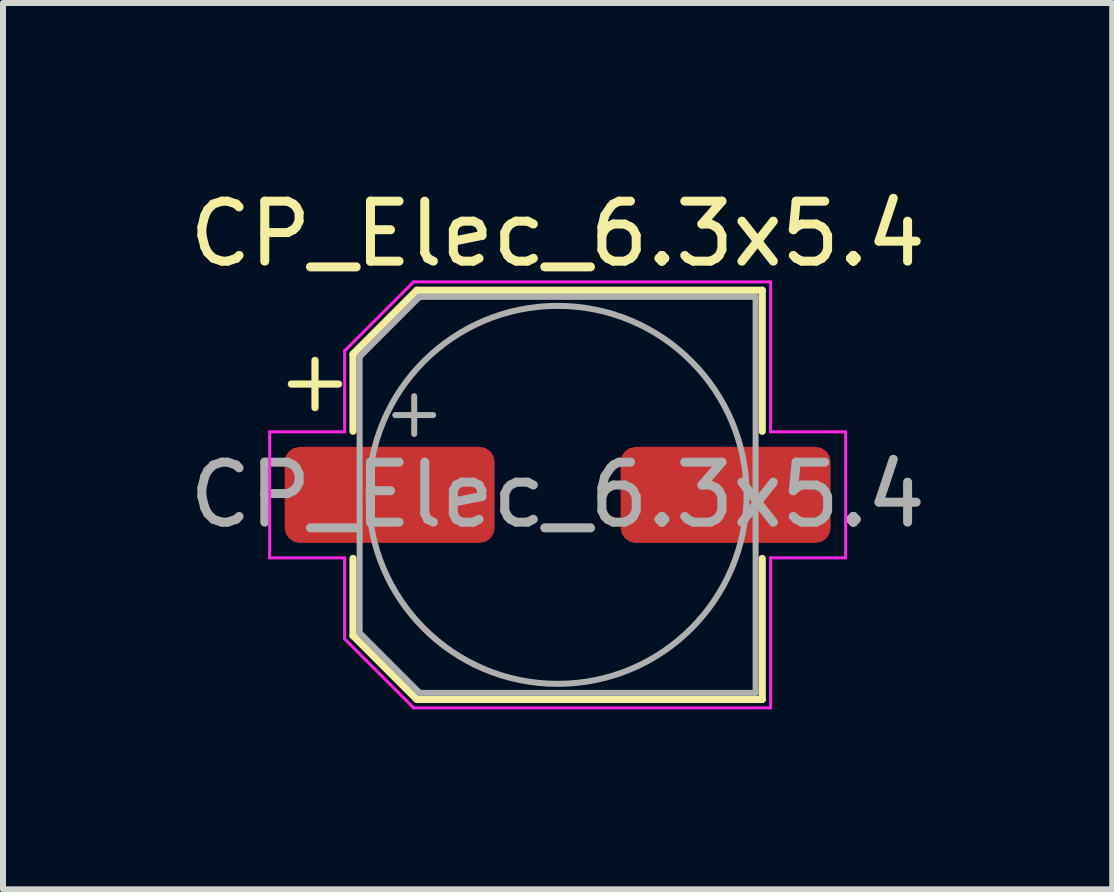
<source format=kicad_pcb>
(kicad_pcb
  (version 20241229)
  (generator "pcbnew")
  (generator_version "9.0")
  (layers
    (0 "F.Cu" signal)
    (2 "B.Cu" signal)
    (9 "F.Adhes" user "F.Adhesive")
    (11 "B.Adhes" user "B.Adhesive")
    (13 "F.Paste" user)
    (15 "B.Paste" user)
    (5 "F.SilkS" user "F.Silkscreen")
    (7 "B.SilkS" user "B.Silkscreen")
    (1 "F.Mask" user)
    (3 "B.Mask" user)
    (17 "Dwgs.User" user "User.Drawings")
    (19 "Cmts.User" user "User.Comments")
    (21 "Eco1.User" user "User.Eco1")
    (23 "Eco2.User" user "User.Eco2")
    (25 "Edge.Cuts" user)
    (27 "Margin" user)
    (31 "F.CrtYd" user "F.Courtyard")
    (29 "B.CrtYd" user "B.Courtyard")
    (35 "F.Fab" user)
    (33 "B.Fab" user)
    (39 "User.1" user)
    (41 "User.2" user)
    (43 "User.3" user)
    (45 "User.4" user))
  (footprint "CP_Elec_6.3x5.4"
    (layer "F.Cu")
    (at 6.244 5.198)
    (property "Reference" "CP_Elec_6.3x5.4" (at 0 -4.35 180) (layer "F.SilkS") (effects (font (size 1 1) (thickness 0.15))))
    (attr smd)
    (fp_line (start -4.438 -1.847) (end -3.65 -1.847) (stroke (width 0.12) (type solid)) (layer "F.SilkS"))
    (fp_line (start -4.044 -2.241) (end -4.044 -1.454) (stroke (width 0.12) (type solid)) (layer "F.SilkS"))
    (fp_line (start -3.41 -2.346) (end -3.41 -1.06) (stroke (width 0.12) (type solid)) (layer "F.SilkS"))
    (fp_line (start -3.41 -2.346) (end -2.346 -3.41) (stroke (width 0.12) (type solid)) (layer "F.SilkS"))
    (fp_line (start -3.41 2.346) (end -3.41 1.06) (stroke (width 0.12) (type solid)) (layer "F.SilkS"))
    (fp_line (start -3.41 2.346) (end -2.346 3.41) (stroke (width 0.12) (type solid)) (layer "F.SilkS"))
    (fp_line (start -2.346 -3.41) (end 3.41 -3.41) (stroke (width 0.12) (type solid)) (layer "F.SilkS"))
    (fp_line (start -2.346 3.41) (end 3.41 3.41) (stroke (width 0.12) (type solid)) (layer "F.SilkS"))
    (fp_line (start 3.41 -3.41) (end 3.41 -1.06) (stroke (width 0.12) (type solid)) (layer "F.SilkS"))
    (fp_line (start 3.41 3.41) (end 3.41 1.06) (stroke (width 0.12) (type solid)) (layer "F.SilkS"))
    (fp_line (start -4.8 -1.05) (end -4.8 1.05) (stroke (width 0.05) (type solid)) (layer "F.CrtYd"))
    (fp_line (start -4.8 1.05) (end -3.55 1.05) (stroke (width 0.05) (type solid)) (layer "F.CrtYd"))
    (fp_line (start -3.55 -2.4) (end -3.55 -1.05) (stroke (width 0.05) (type solid)) (layer "F.CrtYd"))
    (fp_line (start -3.55 -2.4) (end -2.4 -3.55) (stroke (width 0.05) (type solid)) (layer "F.CrtYd"))
    (fp_line (start -3.55 -1.05) (end -4.8 -1.05) (stroke (width 0.05) (type solid)) (layer "F.CrtYd"))
    (fp_line (start -3.55 1.05) (end -3.55 2.4) (stroke (width 0.05) (type solid)) (layer "F.CrtYd"))
    (fp_line (start -3.55 2.4) (end -2.4 3.55) (stroke (width 0.05) (type solid)) (layer "F.CrtYd"))
    (fp_line (start -2.4 -3.55) (end 3.55 -3.55) (stroke (width 0.05) (type solid)) (layer "F.CrtYd"))
    (fp_line (start -2.4 3.55) (end 3.55 3.55) (stroke (width 0.05) (type solid)) (layer "F.CrtYd"))
    (fp_line (start 3.55 -3.55) (end 3.55 -1.05) (stroke (width 0.05) (type solid)) (layer "F.CrtYd"))
    (fp_line (start 3.55 -1.05) (end 4.8 -1.05) (stroke (width 0.05) (type solid)) (layer "F.CrtYd"))
    (fp_line (start 3.55 1.05) (end 3.55 3.55) (stroke (width 0.05) (type solid)) (layer "F.CrtYd"))
    (fp_line (start 4.8 -1.05) (end 4.8 1.05) (stroke (width 0.05) (type solid)) (layer "F.CrtYd"))
    (fp_line (start 4.8 1.05) (end 3.55 1.05) (stroke (width 0.05) (type solid)) (layer "F.CrtYd"))
    (fp_line (start -3.3 -2.3) (end -3.3 2.3) (stroke (width 0.1) (type solid)) (layer "F.Fab"))
    (fp_line (start -3.3 -2.3) (end -2.3 -3.3) (stroke (width 0.1) (type solid)) (layer "F.Fab"))
    (fp_line (start -3.3 2.3) (end -2.3 3.3) (stroke (width 0.1) (type solid)) (layer "F.Fab"))
    (fp_line (start -2.705 -1.33) (end -2.075 -1.33) (stroke (width 0.1) (type solid)) (layer "F.Fab"))
    (fp_line (start -2.39 -1.645) (end -2.39 -1.015) (stroke (width 0.1) (type solid)) (layer "F.Fab"))
    (fp_line (start -2.3 -3.3) (end 3.3 -3.3) (stroke (width 0.1) (type solid)) (layer "F.Fab"))
    (fp_line (start -2.3 3.3) (end 3.3 3.3) (stroke (width 0.1) (type solid)) (layer "F.Fab"))
    (fp_line (start 3.3 -3.3) (end 3.3 3.3) (stroke (width 0.1) (type solid)) (layer "F.Fab"))
    (fp_circle (center 0 0) (end 3.15 0) (stroke (width 0.1) (type solid)) (fill no) (layer "F.Fab"))
    (fp_text user "${REFERENCE}" (at 0 0 180) (layer "F.Fab") (effects (font (size 1 1) (thickness 0.15))))
    (pad "1" smd roundrect (at -2.8 0) (size 3.5 1.6) (layers "F.Cu" "F.Mask" "F.Paste") (roundrect_rratio 0.156))
    (pad "2" smd roundrect (at 2.8 0) (size 3.5 1.6) (layers "F.Cu" "F.Mask" "F.Paste") (roundrect_rratio 0.156)))
  (gr_rect
    (start -3 -3)
    (end 15.488 11.773)
    (stroke (width 0.1) (type default))
    (fill no)
    (layer "Edge.Cuts")))
</source>
